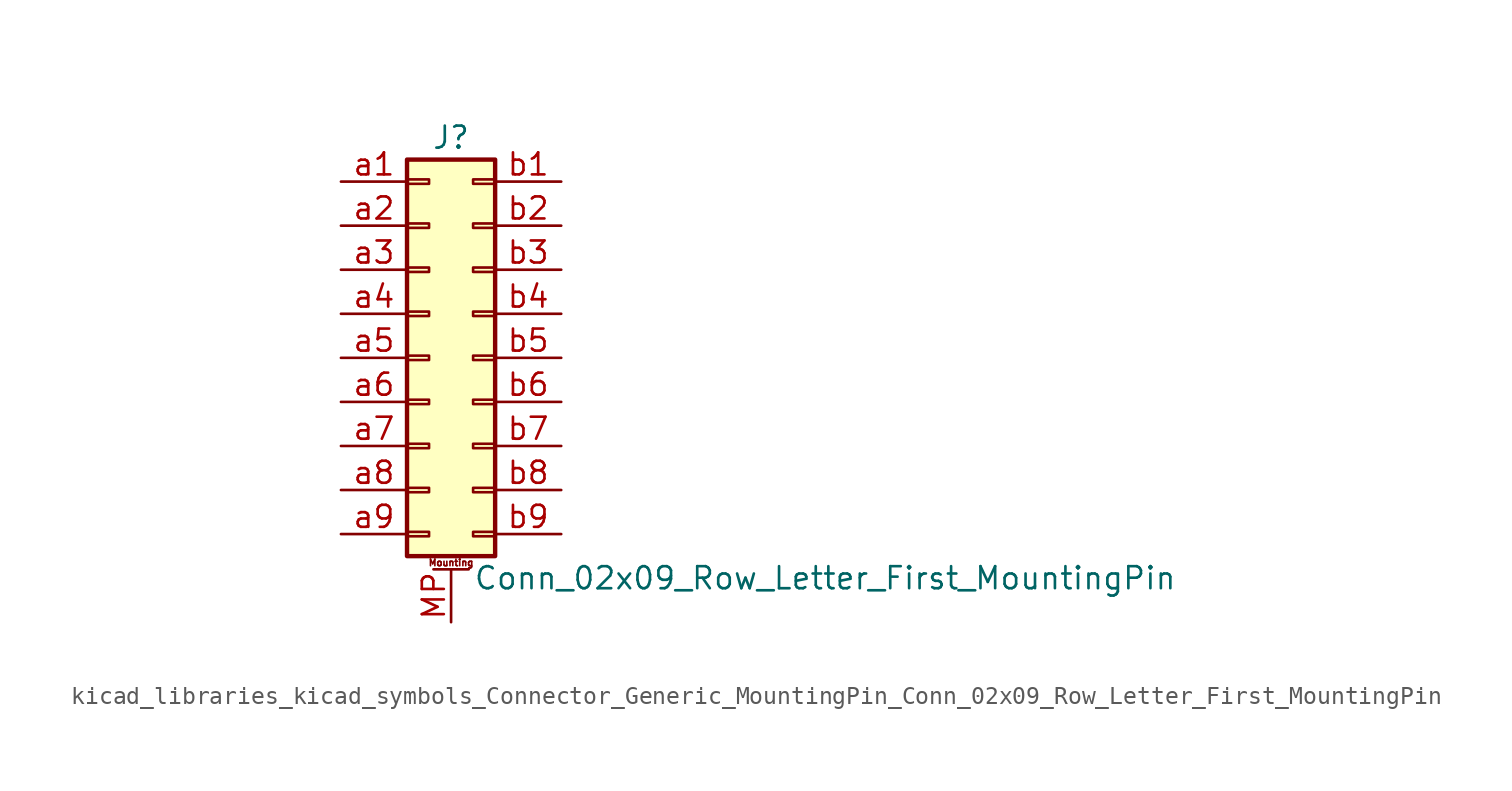
<source format=kicad_sym>
(kicad_symbol_lib
  (version 20220914)
  (generator kicad_symbol_editor)
  (symbol "kicad_libraries_kicad_symbols_Connector_Generic_MountingPin_Conn_02x09_Row_Letter_First_MountingPin"
    (pin_names
      (offset 1.016) hide)
    (property "Reference" "J"
      (at 1.27 12.7 0)
      (effects (font (size 1.27 1.27))))
    (property "Value" "Conn_02x09_Row_Letter_First_MountingPin"
      (at 2.54 -12.7 0)
      (effects (font (size 1.27 1.27)) (justify left)))
    (symbol "kicad_libraries_kicad_symbols_Connector_Generic_MountingPin_Conn_02x09_Row_Letter_First_MountingPin_1_1"
      (rectangle (start -1.27 -10.033) (end 0 -10.287) (stroke (width 0.152) (type default)) (fill (type none)))
      (rectangle (start -1.27 -7.493) (end 0 -7.747) (stroke (width 0.152) (type default)) (fill (type none)))
      (rectangle (start -1.27 -4.953) (end 0 -5.207) (stroke (width 0.152) (type default)) (fill (type none)))
      (rectangle (start -1.27 -2.413) (end 0 -2.667) (stroke (width 0.152) (type default)) (fill (type none)))
      (rectangle (start -1.27 0.127) (end 0 -0.127) (stroke (width 0.152) (type default)) (fill (type none)))
      (rectangle (start -1.27 2.667) (end 0 2.413) (stroke (width 0.152) (type default)) (fill (type none)))
      (rectangle (start -1.27 5.207) (end 0 4.953) (stroke (width 0.152) (type default)) (fill (type none)))
      (rectangle (start -1.27 7.747) (end 0 7.493) (stroke (width 0.152) (type default)) (fill (type none)))
      (rectangle (start -1.27 10.287) (end 0 10.033) (stroke (width 0.152) (type default)) (fill (type none)))
      (rectangle (start -1.27 11.43) (end 3.81 -11.43) (stroke (width 0.254) (type default)) (fill (type background)))
      (polyline (pts (xy 0.254 -12.192) (xy 2.286 -12.192)) (stroke (width 0.152) (type default)) (fill (type none)))
      (rectangle (start 3.81 -10.033) (end 2.54 -10.287) (stroke (width 0.152) (type default)) (fill (type none)))
      (rectangle (start 3.81 -7.493) (end 2.54 -7.747) (stroke (width 0.152) (type default)) (fill (type none)))
      (rectangle (start 3.81 -4.953) (end 2.54 -5.207) (stroke (width 0.152) (type default)) (fill (type none)))
      (rectangle (start 3.81 -2.413) (end 2.54 -2.667) (stroke (width 0.152) (type default)) (fill (type none)))
      (rectangle (start 3.81 0.127) (end 2.54 -0.127) (stroke (width 0.152) (type default)) (fill (type none)))
      (rectangle (start 3.81 2.667) (end 2.54 2.413) (stroke (width 0.152) (type default)) (fill (type none)))
      (rectangle (start 3.81 5.207) (end 2.54 4.953) (stroke (width 0.152) (type default)) (fill (type none)))
      (rectangle (start 3.81 7.747) (end 2.54 7.493) (stroke (width 0.152) (type default)) (fill (type none)))
      (rectangle (start 3.81 10.287) (end 2.54 10.033) (stroke (width 0.152) (type default)) (fill (type none)))
      (text "Mounting" (at 1.27 -11.811 0) (effects (font (size 0.381 0.381))))
      (pin passive line (at 1.27 -15.24 90) (length 3.048) (name "MountPin" (effects (font (size 1.27 1.27)))) (number "MP" (effects (font (size 1.27 1.27)))))
      (pin passive line (at -5.08 10.16 0) (length 3.81) (name "Pin_a1" (effects (font (size 1.27 1.27)))) (number "a1" (effects (font (size 1.27 1.27)))))
      (pin passive line (at -5.08 7.62 0) (length 3.81) (name "Pin_a2" (effects (font (size 1.27 1.27)))) (number "a2" (effects (font (size 1.27 1.27)))))
      (pin passive line (at -5.08 5.08 0) (length 3.81) (name "Pin_a3" (effects (font (size 1.27 1.27)))) (number "a3" (effects (font (size 1.27 1.27)))))
      (pin passive line (at -5.08 2.54 0) (length 3.81) (name "Pin_a4" (effects (font (size 1.27 1.27)))) (number "a4" (effects (font (size 1.27 1.27)))))
      (pin passive line (at -5.08 0 0) (length 3.81) (name "Pin_a5" (effects (font (size 1.27 1.27)))) (number "a5" (effects (font (size 1.27 1.27)))))
      (pin passive line (at -5.08 -2.54 0) (length 3.81) (name "Pin_a6" (effects (font (size 1.27 1.27)))) (number "a6" (effects (font (size 1.27 1.27)))))
      (pin passive line (at -5.08 -5.08 0) (length 3.81) (name "Pin_a7" (effects (font (size 1.27 1.27)))) (number "a7" (effects (font (size 1.27 1.27)))))
      (pin passive line (at -5.08 -7.62 0) (length 3.81) (name "Pin_a8" (effects (font (size 1.27 1.27)))) (number "a8" (effects (font (size 1.27 1.27)))))
      (pin passive line (at -5.08 -10.16 0) (length 3.81) (name "Pin_a9" (effects (font (size 1.27 1.27)))) (number "a9" (effects (font (size 1.27 1.27)))))
      (pin passive line (at 7.62 10.16 180) (length 3.81) (name "Pin_b1" (effects (font (size 1.27 1.27)))) (number "b1" (effects (font (size 1.27 1.27)))))
      (pin passive line (at 7.62 7.62 180) (length 3.81) (name "Pin_b2" (effects (font (size 1.27 1.27)))) (number "b2" (effects (font (size 1.27 1.27)))))
      (pin passive line (at 7.62 5.08 180) (length 3.81) (name "Pin_b3" (effects (font (size 1.27 1.27)))) (number "b3" (effects (font (size 1.27 1.27)))))
      (pin passive line (at 7.62 2.54 180) (length 3.81) (name "Pin_b4" (effects (font (size 1.27 1.27)))) (number "b4" (effects (font (size 1.27 1.27)))))
      (pin passive line (at 7.62 0 180) (length 3.81) (name "Pin_b5" (effects (font (size 1.27 1.27)))) (number "b5" (effects (font (size 1.27 1.27)))))
      (pin passive line (at 7.62 -2.54 180) (length 3.81) (name "Pin_b6" (effects (font (size 1.27 1.27)))) (number "b6" (effects (font (size 1.27 1.27)))))
      (pin passive line (at 7.62 -5.08 180) (length 3.81) (name "Pin_b7" (effects (font (size 1.27 1.27)))) (number "b7" (effects (font (size 1.27 1.27)))))
      (pin passive line (at 7.62 -7.62 180) (length 3.81) (name "Pin_b8" (effects (font (size 1.27 1.27)))) (number "b8" (effects (font (size 1.27 1.27)))))
      (pin passive line (at 7.62 -10.16 180) (length 3.81) (name "Pin_b9" (effects (font (size 1.27 1.27)))) (number "b9" (effects (font (size 1.27 1.27))))))))
</source>
